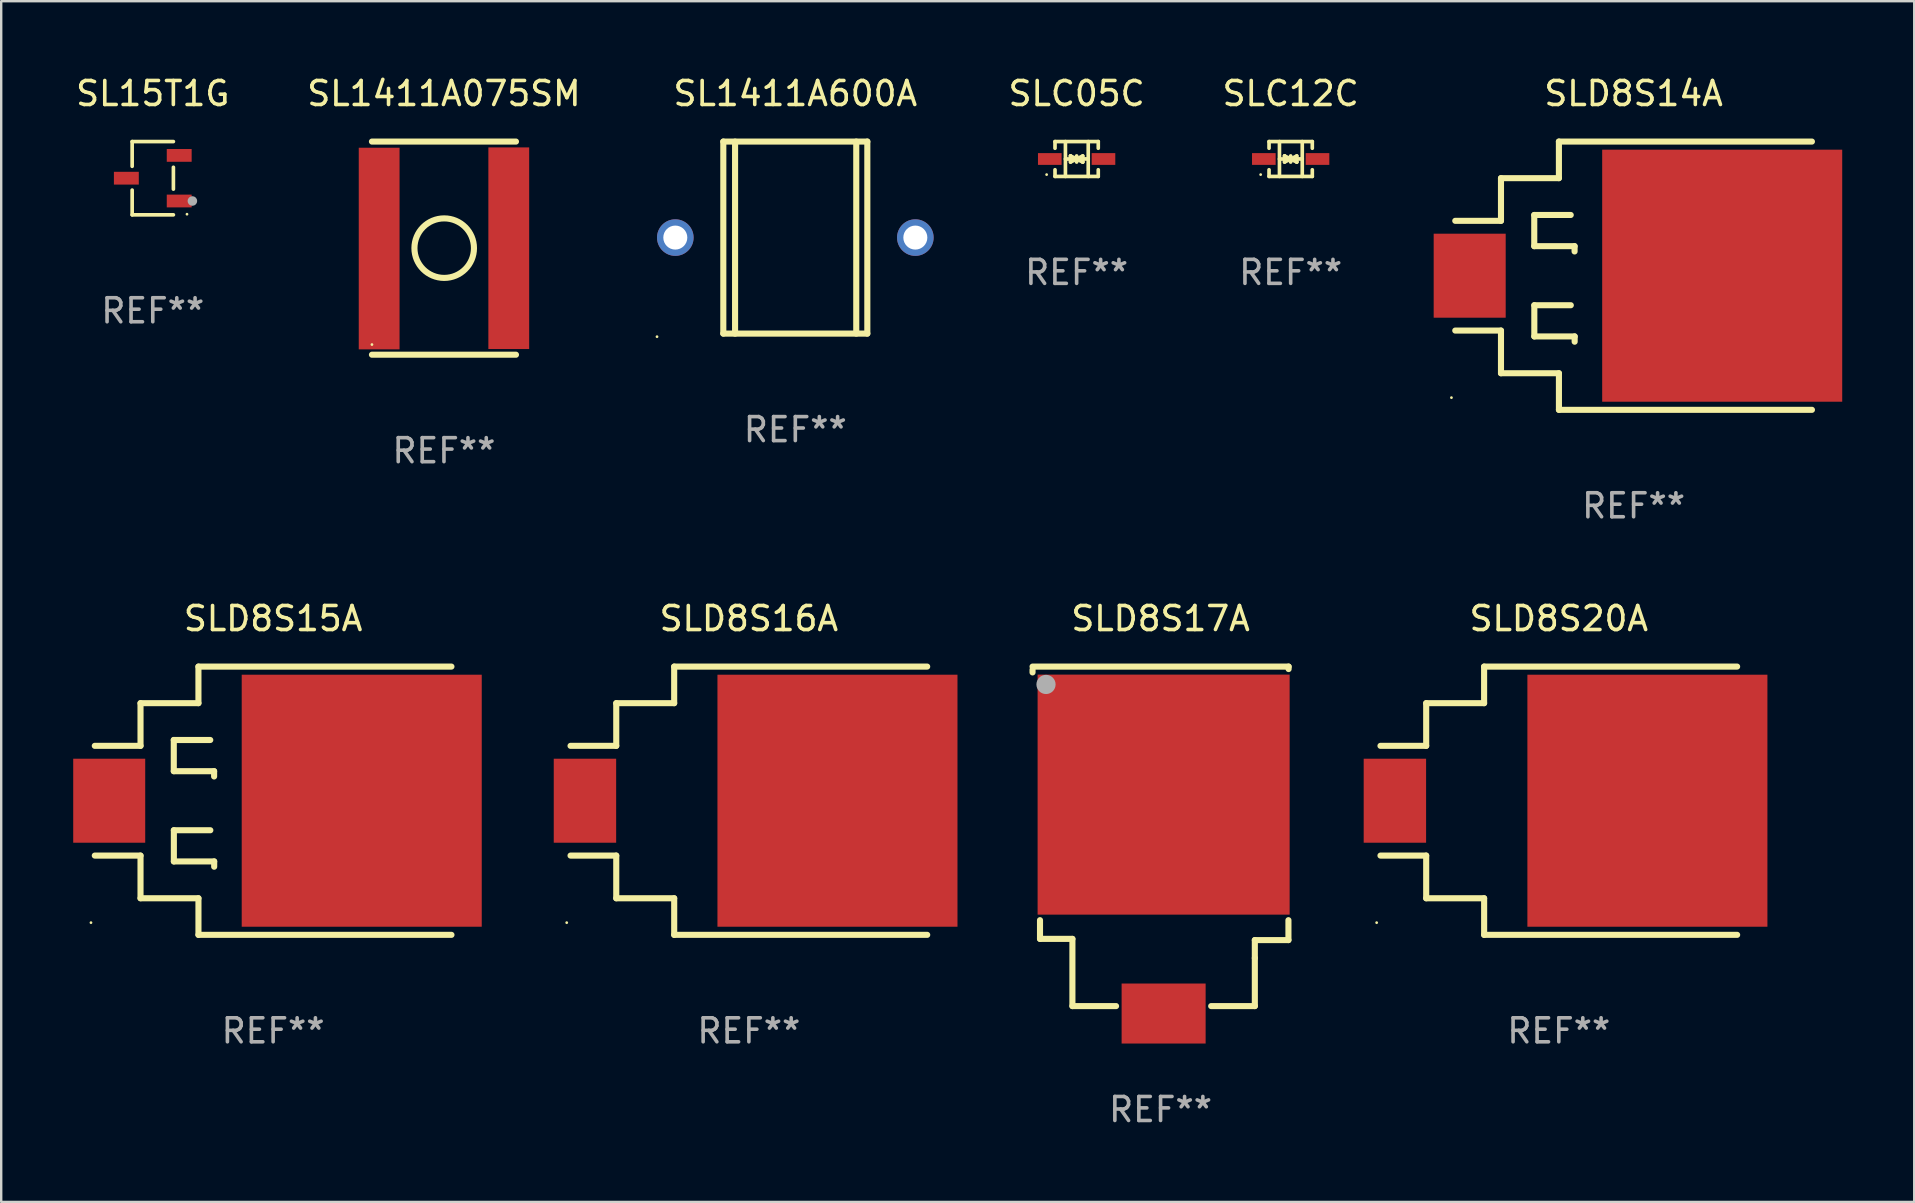
<source format=kicad_pcb>
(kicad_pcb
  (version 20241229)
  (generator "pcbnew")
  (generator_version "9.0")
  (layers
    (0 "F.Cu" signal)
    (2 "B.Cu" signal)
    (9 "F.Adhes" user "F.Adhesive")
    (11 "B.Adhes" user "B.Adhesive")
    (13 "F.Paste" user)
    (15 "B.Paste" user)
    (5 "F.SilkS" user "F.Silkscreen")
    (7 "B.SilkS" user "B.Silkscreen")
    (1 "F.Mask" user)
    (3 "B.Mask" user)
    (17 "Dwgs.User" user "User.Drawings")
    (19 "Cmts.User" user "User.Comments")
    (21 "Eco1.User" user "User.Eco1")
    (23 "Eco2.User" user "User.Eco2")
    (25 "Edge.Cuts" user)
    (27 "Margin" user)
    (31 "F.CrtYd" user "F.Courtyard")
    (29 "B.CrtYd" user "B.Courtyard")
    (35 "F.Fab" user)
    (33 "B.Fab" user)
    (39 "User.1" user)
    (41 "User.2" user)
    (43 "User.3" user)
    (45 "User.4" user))
  (footprint "SLD8S14A"
    (layer "F.Cu")
    (at 65.008 8.436)
    (property "Reference" "SLD8S14A" (at 0 -7.588 0) (layer "F.SilkS") (effects (font (size 1 1) (thickness 0.15))))
    (attr through_hole)
    (fp_line (start -5.525 -4.064) (end -5.525 -2.286) (stroke (width 0.254) (type solid)) (layer "F.SilkS"))
    (fp_line (start -5.525 -2.286) (end -7.43 -2.286) (stroke (width 0.254) (type solid)) (layer "F.SilkS"))
    (fp_line (start -5.525 2.286) (end -7.43 2.286) (stroke (width 0.254) (type solid)) (layer "F.SilkS"))
    (fp_line (start -5.525 4.064) (end -5.525 2.286) (stroke (width 0.254) (type solid)) (layer "F.SilkS"))
    (fp_line (start -4.139 -2.53) (end -4.139 -1.23) (stroke (width 0.254) (type solid)) (layer "F.SilkS"))
    (fp_line (start -4.139 -1.23) (end -2.459 -1.23) (stroke (width 0.254) (type solid)) (layer "F.SilkS"))
    (fp_line (start -4.136 1.23) (end -4.136 2.53) (stroke (width 0.254) (type solid)) (layer "F.SilkS"))
    (fp_line (start -4.136 2.53) (end -2.456 2.53) (stroke (width 0.254) (type solid)) (layer "F.SilkS"))
    (fp_line (start -3.112 -5.588) (end -3.112 -4.064) (stroke (width 0.254) (type solid)) (layer "F.SilkS"))
    (fp_line (start -3.112 -4.064) (end -5.525 -4.064) (stroke (width 0.254) (type solid)) (layer "F.SilkS"))
    (fp_line (start -3.112 4.064) (end -5.525 4.064) (stroke (width 0.254) (type solid)) (layer "F.SilkS"))
    (fp_line (start -3.111 5.588) (end -3.111 4.064) (stroke (width 0.254) (type solid)) (layer "F.SilkS"))
    (fp_line (start -2.619 -2.53) (end -4.139 -2.53) (stroke (width 0.254) (type solid)) (layer "F.SilkS"))
    (fp_line (start -2.616 1.23) (end -4.136 1.23) (stroke (width 0.254) (type solid)) (layer "F.SilkS"))
    (fp_line (start -2.459 -1.23) (end -2.459 -1.01) (stroke (width 0.254) (type solid)) (layer "F.SilkS"))
    (fp_line (start -2.456 2.53) (end -2.456 2.75) (stroke (width 0.254) (type solid)) (layer "F.SilkS"))
    (fp_line (start 7.429 -5.588) (end -3.112 -5.588) (stroke (width 0.254) (type solid)) (layer "F.SilkS"))
    (fp_line (start 7.43 5.588) (end -3.111 5.588) (stroke (width 0.254) (type solid)) (layer "F.SilkS"))
    (fp_circle (center -7.589 5.08) (end -7.559 5.08) (stroke (width 0.06) (type solid)) (fill no) (layer "F.SilkS"))
    (fp_text user "REF**" (at 0 9.588 0) (layer "F.Fab") (effects (font (size 1 1) (thickness 0.15))))
    (pad "1" smd rect (at -6.829 -0.000025) (size 3 3.5) (layers "F.Cu" "F.Mask" "F.Paste"))
    (pad "2" smd rect (at 3.691 -0.000025) (size 10 10.5) (layers "F.Cu" "F.Mask" "F.Paste")))
  (footprint "SLD8S16A"
    (layer "F.Cu")
    (at 28.149 30.309)
    (property "Reference" "SLD8S16A" (at 0 -7.588 0) (layer "F.SilkS") (effects (font (size 1 1) (thickness 0.15))))
    (attr through_hole)
    (fp_line (start -5.525 -4.064) (end -5.525 -2.286) (stroke (width 0.254) (type solid)) (layer "F.SilkS"))
    (fp_line (start -5.525 -2.286) (end -7.43 -2.286) (stroke (width 0.254) (type solid)) (layer "F.SilkS"))
    (fp_line (start -5.525 2.286) (end -7.43 2.286) (stroke (width 0.254) (type solid)) (layer "F.SilkS"))
    (fp_line (start -5.525 4.064) (end -5.525 2.286) (stroke (width 0.254) (type solid)) (layer "F.SilkS"))
    (fp_line (start -3.112 -5.588) (end -3.112 -4.064) (stroke (width 0.254) (type solid)) (layer "F.SilkS"))
    (fp_line (start -3.112 -4.064) (end -5.525 -4.064) (stroke (width 0.254) (type solid)) (layer "F.SilkS"))
    (fp_line (start -3.112 4.064) (end -5.525 4.064) (stroke (width 0.254) (type solid)) (layer "F.SilkS"))
    (fp_line (start -3.111 5.588) (end -3.111 4.064) (stroke (width 0.254) (type solid)) (layer "F.SilkS"))
    (fp_line (start 7.429 -5.588) (end -3.112 -5.588) (stroke (width 0.254) (type solid)) (layer "F.SilkS"))
    (fp_line (start 7.43 5.588) (end -3.111 5.588) (stroke (width 0.254) (type solid)) (layer "F.SilkS"))
    (fp_circle (center -7.589 5.08) (end -7.559 5.08) (stroke (width 0.06) (type solid)) (fill no) (layer "F.SilkS"))
    (fp_text user "REF**" (at 0 9.588 0) (layer "F.Fab") (effects (font (size 1 1) (thickness 0.15))))
    (pad "1" smd rect (at -6.829 -0.000025) (size 2.6 3.5) (layers "F.Cu" "F.Mask" "F.Paste"))
    (pad "2" smd rect (at 3.691 -0.000025) (size 10 10.5) (layers "F.Cu" "F.Mask" "F.Paste")))
  (footprint "SLC05C"
    (layer "F.Cu")
    (at 41.804 3.574)
    (property "Reference" "SLC05C" (at 0 -2.726 0) (layer "F.SilkS") (effects (font (size 1 1) (thickness 0.15))))
    (attr through_hole)
    (fp_line (start -0.901 -0.726) (end -0.901 -0.448) (stroke (width 0.152) (type solid)) (layer "F.SilkS"))
    (fp_line (start -0.901 0.726) (end -0.901 0.448) (stroke (width 0.152) (type solid)) (layer "F.SilkS"))
    (fp_line (start -0.467 0) (end 0.483 -0.003) (stroke (width 0.154) (type solid)) (layer "F.SilkS"))
    (fp_line (start -0.467 0.726) (end -0.467 -0.726) (stroke (width 0.152) (type solid)) (layer "F.SilkS"))
    (fp_line (start -0.254 -0.127) (end -0.254 -0.127) (stroke (width 0.154) (type solid)) (layer "F.SilkS"))
    (fp_line (start -0.254 -0.127) (end -0.002 -0.003) (stroke (width 0.154) (type solid)) (layer "F.SilkS"))
    (fp_line (start -0.254 0.127) (end -0.254 -0.127) (stroke (width 0.154) (type solid)) (layer "F.SilkS"))
    (fp_line (start -0.127 0) (end 0.003 0) (stroke (width 0.154) (type solid)) (layer "F.SilkS"))
    (fp_line (start -0.003 0) (end -0.254 0.127) (stroke (width 0.154) (type solid)) (layer "F.SilkS"))
    (fp_line (start 0 -0.127) (end 0 0.127) (stroke (width 0.154) (type solid)) (layer "F.SilkS"))
    (fp_line (start 0.003 0) (end 0.254 -0.127) (stroke (width 0.154) (type solid)) (layer "F.SilkS"))
    (fp_line (start 0.127 0) (end -0.003 0) (stroke (width 0.154) (type solid)) (layer "F.SilkS"))
    (fp_line (start 0.254 -0.127) (end 0.254 0.127) (stroke (width 0.154) (type solid)) (layer "F.SilkS"))
    (fp_line (start 0.254 0.127) (end 0.002 0.003) (stroke (width 0.154) (type solid)) (layer "F.SilkS"))
    (fp_line (start 0.254 0.127) (end 0.254 0.127) (stroke (width 0.154) (type solid)) (layer "F.SilkS"))
    (fp_line (start 0.483 0.726) (end 0.483 -0.726) (stroke (width 0.152) (type solid)) (layer "F.SilkS"))
    (fp_line (start 0.901 -0.726) (end -0.901 -0.726) (stroke (width 0.152) (type solid)) (layer "F.SilkS"))
    (fp_line (start 0.901 -0.726) (end 0.901 -0.448) (stroke (width 0.152) (type solid)) (layer "F.SilkS"))
    (fp_line (start 0.901 0.726) (end -0.901 0.726) (stroke (width 0.152) (type solid)) (layer "F.SilkS"))
    (fp_line (start 0.901 0.726) (end 0.901 0.448) (stroke (width 0.152) (type solid)) (layer "F.SilkS"))
    (fp_circle (center -1.25 0.65) (end -1.22 0.65) (stroke (width 0.06) (type solid)) (fill no) (layer "F.SilkS"))
    (fp_text user "REF**" (at 0 4.726 0) (layer "F.Fab") (effects (font (size 1 1) (thickness 0.15))))
    (pad "1" smd rect (at -1.118 0) (size 0.985 0.49) (layers "F.Cu" "F.Mask" "F.Paste"))
    (pad "2" smd rect (at 1.118 0) (size 0.985 0.49) (layers "F.Cu" "F.Mask" "F.Paste")))
  (footprint "SLC12C"
    (layer "F.Cu")
    (at 50.721 3.574)
    (property "Reference" "SLC12C" (at 0 -2.726 0) (layer "F.SilkS") (effects (font (size 1 1) (thickness 0.15))))
    (attr through_hole)
    (fp_line (start -0.901 -0.726) (end -0.901 -0.448) (stroke (width 0.152) (type solid)) (layer "F.SilkS"))
    (fp_line (start -0.901 0.726) (end -0.901 0.448) (stroke (width 0.152) (type solid)) (layer "F.SilkS"))
    (fp_line (start -0.467 0) (end 0.483 -0.003) (stroke (width 0.154) (type solid)) (layer "F.SilkS"))
    (fp_line (start -0.467 0.726) (end -0.467 -0.726) (stroke (width 0.152) (type solid)) (layer "F.SilkS"))
    (fp_line (start -0.254 -0.127) (end -0.254 -0.127) (stroke (width 0.154) (type solid)) (layer "F.SilkS"))
    (fp_line (start -0.254 -0.127) (end -0.002 -0.003) (stroke (width 0.154) (type solid)) (layer "F.SilkS"))
    (fp_line (start -0.254 0.127) (end -0.254 -0.127) (stroke (width 0.154) (type solid)) (layer "F.SilkS"))
    (fp_line (start -0.127 0) (end 0.003 0) (stroke (width 0.154) (type solid)) (layer "F.SilkS"))
    (fp_line (start -0.003 0) (end -0.254 0.127) (stroke (width 0.154) (type solid)) (layer "F.SilkS"))
    (fp_line (start 0 -0.127) (end 0 0.127) (stroke (width 0.154) (type solid)) (layer "F.SilkS"))
    (fp_line (start 0.003 0) (end 0.254 -0.127) (stroke (width 0.154) (type solid)) (layer "F.SilkS"))
    (fp_line (start 0.127 0) (end -0.003 0) (stroke (width 0.154) (type solid)) (layer "F.SilkS"))
    (fp_line (start 0.254 -0.127) (end 0.254 0.127) (stroke (width 0.154) (type solid)) (layer "F.SilkS"))
    (fp_line (start 0.254 0.127) (end 0.002 0.003) (stroke (width 0.154) (type solid)) (layer "F.SilkS"))
    (fp_line (start 0.254 0.127) (end 0.254 0.127) (stroke (width 0.154) (type solid)) (layer "F.SilkS"))
    (fp_line (start 0.483 0.726) (end 0.483 -0.726) (stroke (width 0.152) (type solid)) (layer "F.SilkS"))
    (fp_line (start 0.901 -0.726) (end -0.901 -0.726) (stroke (width 0.152) (type solid)) (layer "F.SilkS"))
    (fp_line (start 0.901 -0.726) (end 0.901 -0.448) (stroke (width 0.152) (type solid)) (layer "F.SilkS"))
    (fp_line (start 0.901 0.726) (end -0.901 0.726) (stroke (width 0.152) (type solid)) (layer "F.SilkS"))
    (fp_line (start 0.901 0.726) (end 0.901 0.448) (stroke (width 0.152) (type solid)) (layer "F.SilkS"))
    (fp_circle (center -1.25 0.65) (end -1.22 0.65) (stroke (width 0.06) (type solid)) (fill no) (layer "F.SilkS"))
    (fp_text user "REF**" (at 0 4.726 0) (layer "F.Fab") (effects (font (size 1 1) (thickness 0.15))))
    (pad "1" smd rect (at -1.118 0) (size 0.985 0.49) (layers "F.Cu" "F.Mask" "F.Paste"))
    (pad "2" smd rect (at 1.118 0) (size 0.985 0.49) (layers "F.Cu" "F.Mask" "F.Paste")))
  (footprint "SL1411A075SM"
    (layer "F.Cu")
    (at 15.446 7.288)
    (property "Reference" "SL1411A075SM" (at 0 -6.44 0) (layer "F.SilkS") (effects (font (size 1 1) (thickness 0.15))))
    (attr through_hole)
    (fp_line (start -3 -4.44) (end 3 -4.44) (stroke (width 0.254) (type solid)) (layer "F.SilkS"))
    (fp_line (start 3 4.44) (end -3 4.44) (stroke (width 0.254) (type solid)) (layer "F.SilkS"))
    (fp_circle (center -3 4.017) (end -2.97 4.017) (stroke (width 0.06) (type solid)) (fill no) (layer "F.SilkS"))
    (fp_circle (center 0.01 0.000102) (end 1.25 0.000102) (stroke (width 0.254) (type solid)) (fill no) (layer "F.SilkS"))
    (fp_text user "REF**" (at 0 8.44 0) (layer "F.Fab") (effects (font (size 1 1) (thickness 0.15))))
    (pad "1" smd rect (at -2.7 0.017) (size 1.7 8.4) (layers "F.Cu" "F.Mask" "F.Paste"))
    (pad "2" smd rect (at 2.7 0.003) (size 1.7 8.4) (layers "F.Cu" "F.Mask" "F.Paste")))
  (footprint "SL1411A600A"
    (layer "F.Cu")
    (at 30.084 6.849)
    (property "Reference" "SL1411A600A" (at 0 -6.001 0) (layer "F.SilkS") (effects (font (size 1 1) (thickness 0.15))))
    (attr through_hole)
    (fp_line (start -3 -4.001) (end -3 3.999) (stroke (width 0.254) (type solid)) (layer "F.SilkS"))
    (fp_line (start -3 -4.001) (end 3 -4.001) (stroke (width 0.254) (type solid)) (layer "F.SilkS"))
    (fp_line (start -2.51 4.001) (end -2.51 -3.999) (stroke (width 0.254) (type solid)) (layer "F.SilkS"))
    (fp_line (start 2.539 3.999) (end 2.539 -4.001) (stroke (width 0.254) (type solid)) (layer "F.SilkS"))
    (fp_line (start 3 3.999) (end -3 3.999) (stroke (width 0.254) (type solid)) (layer "F.SilkS"))
    (fp_line (start 3 3.999) (end 3 -4.001) (stroke (width 0.254) (type solid)) (layer "F.SilkS"))
    (fp_circle (center -5.762 4.128) (end -5.732 4.128) (stroke (width 0.06) (type solid)) (fill no) (layer "F.SilkS"))
    (fp_text user "REF**" (at 0 8.001 0) (layer "F.Fab") (effects (font (size 1 1) (thickness 0.15))))
    (pad "1" thru_hole circle (at -5 -0.001) (size 1.524 1.524) (drill 1) (layers "*.Cu" "*.Mask"))
    (pad "2" thru_hole circle (at 5 -0.001) (size 1.524 1.524) (drill 1) (layers "*.Cu" "*.Mask")))
  (footprint "SLD8S15A"
    (layer "F.Cu")
    (at 8.329 30.309)
    (property "Reference" "SLD8S15A" (at 0 -7.588 0) (layer "F.SilkS") (effects (font (size 1 1) (thickness 0.15))))
    (attr through_hole)
    (fp_line (start -5.525 -4.064) (end -5.525 -2.286) (stroke (width 0.254) (type solid)) (layer "F.SilkS"))
    (fp_line (start -5.525 -2.286) (end -7.43 -2.286) (stroke (width 0.254) (type solid)) (layer "F.SilkS"))
    (fp_line (start -5.525 2.286) (end -7.43 2.286) (stroke (width 0.254) (type solid)) (layer "F.SilkS"))
    (fp_line (start -5.525 4.064) (end -5.525 2.286) (stroke (width 0.254) (type solid)) (layer "F.SilkS"))
    (fp_line (start -4.139 -2.53) (end -4.139 -1.23) (stroke (width 0.254) (type solid)) (layer "F.SilkS"))
    (fp_line (start -4.139 -1.23) (end -2.459 -1.23) (stroke (width 0.254) (type solid)) (layer "F.SilkS"))
    (fp_line (start -4.136 1.23) (end -4.136 2.53) (stroke (width 0.254) (type solid)) (layer "F.SilkS"))
    (fp_line (start -4.136 2.53) (end -2.456 2.53) (stroke (width 0.254) (type solid)) (layer "F.SilkS"))
    (fp_line (start -3.112 -5.588) (end -3.112 -4.064) (stroke (width 0.254) (type solid)) (layer "F.SilkS"))
    (fp_line (start -3.112 -4.064) (end -5.525 -4.064) (stroke (width 0.254) (type solid)) (layer "F.SilkS"))
    (fp_line (start -3.112 4.064) (end -5.525 4.064) (stroke (width 0.254) (type solid)) (layer "F.SilkS"))
    (fp_line (start -3.111 5.588) (end -3.111 4.064) (stroke (width 0.254) (type solid)) (layer "F.SilkS"))
    (fp_line (start -2.619 -2.53) (end -4.139 -2.53) (stroke (width 0.254) (type solid)) (layer "F.SilkS"))
    (fp_line (start -2.616 1.23) (end -4.136 1.23) (stroke (width 0.254) (type solid)) (layer "F.SilkS"))
    (fp_line (start -2.459 -1.23) (end -2.459 -1.01) (stroke (width 0.254) (type solid)) (layer "F.SilkS"))
    (fp_line (start -2.456 2.53) (end -2.456 2.75) (stroke (width 0.254) (type solid)) (layer "F.SilkS"))
    (fp_line (start 7.429 -5.588) (end -3.112 -5.588) (stroke (width 0.254) (type solid)) (layer "F.SilkS"))
    (fp_line (start 7.43 5.588) (end -3.111 5.588) (stroke (width 0.254) (type solid)) (layer "F.SilkS"))
    (fp_circle (center -7.589 5.08) (end -7.559 5.08) (stroke (width 0.06) (type solid)) (fill no) (layer "F.SilkS"))
    (fp_text user "REF**" (at 0 9.588 0) (layer "F.Fab") (effects (font (size 1 1) (thickness 0.15))))
    (pad "1" smd rect (at -6.829 -0.000025) (size 3 3.5) (layers "F.Cu" "F.Mask" "F.Paste"))
    (pad "2" smd rect (at 3.691 -0.000025) (size 10 10.5) (layers "F.Cu" "F.Mask" "F.Paste")))
  (footprint "SL15T1G"
    (layer "F.Cu")
    (at 3.315 4.374)
    (property "Reference" "SL15T1G" (at 0 -3.526 0) (layer "F.SilkS") (effects (font (size 1 1) (thickness 0.15))))
    (attr through_hole)
    (fp_line (start -0.859 -1.526) (end -0.859 -0.495) (stroke (width 0.152) (type solid)) (layer "F.SilkS"))
    (fp_line (start -0.859 1.526) (end -0.859 0.495) (stroke (width 0.152) (type solid)) (layer "F.SilkS"))
    (fp_line (start 0.859 -1.526) (end -0.859 -1.526) (stroke (width 0.152) (type solid)) (layer "F.SilkS"))
    (fp_line (start 0.859 -0.455) (end 0.859 0.455) (stroke (width 0.152) (type solid)) (layer "F.SilkS"))
    (fp_line (start 0.859 1.526) (end -0.859 1.526) (stroke (width 0.152) (type solid)) (layer "F.SilkS"))
    (fp_circle (center 1.425 1.5) (end 1.455 1.5) (stroke (width 0.06) (type solid)) (fill no) (layer "F.SilkS"))
    (fp_circle (center 1.65 0.95) (end 1.75 0.95) (stroke (width 0.2) (type solid)) (fill no) (layer "F.Fab"))
    (fp_text user "REF**" (at 0 5.526 0) (layer "F.Fab") (effects (font (size 1 1) (thickness 0.15))))
    (pad "1" smd rect (at 1.101 0.95) (size 1.037 0.532) (layers "F.Cu" "F.Mask" "F.Paste"))
    (pad "2" smd rect (at 1.101 -0.95) (size 1.037 0.532) (layers "F.Cu" "F.Mask" "F.Paste"))
    (pad "3" smd rect (at -1.101 0) (size 1.037 0.532) (layers "F.Cu" "F.Mask" "F.Paste")))
  (footprint "SLD8S17A"
    (layer "F.Cu")
    (at 45.301 31.948)
    (property "Reference" "SLD8S17A" (at 0 -9.227 0) (layer "F.SilkS") (effects (font (size 1 1) (thickness 0.15))))
    (attr through_hole)
    (fp_line (start -5.334 -7.1) (end -5.334 -6.984) (stroke (width 0.254) (type solid)) (layer "F.SilkS"))
    (fp_line (start -5.023 4.117) (end -5.023 3.338) (stroke (width 0.254) (type solid)) (layer "F.SilkS"))
    (fp_line (start -3.673 4.117) (end -5.023 4.117) (stroke (width 0.254) (type solid)) (layer "F.SilkS"))
    (fp_line (start -3.673 6.917) (end -3.673 4.117) (stroke (width 0.254) (type solid)) (layer "F.SilkS"))
    (fp_line (start -1.854 6.917) (end -3.673 6.917) (stroke (width 0.254) (type solid)) (layer "F.SilkS"))
    (fp_line (start 3.927 4.167) (end 5.327 4.167) (stroke (width 0.254) (type solid)) (layer "F.SilkS"))
    (fp_line (start 3.927 4.917) (end 3.927 4.167) (stroke (width 0.254) (type solid)) (layer "F.SilkS"))
    (fp_line (start 3.927 4.917) (end 3.927 6.917) (stroke (width 0.254) (type solid)) (layer "F.SilkS"))
    (fp_line (start 3.927 6.917) (end 2.108 6.917) (stroke (width 0.254) (type solid)) (layer "F.SilkS"))
    (fp_line (start 5.327 4.167) (end 5.327 3.338) (stroke (width 0.254) (type solid)) (layer "F.SilkS"))
    (fp_line (start 5.334 -7.227) (end -5.334 -7.227) (stroke (width 0.254) (type solid)) (layer "F.SilkS"))
    (fp_line (start 5.334 -7.124) (end 5.334 -7.227) (stroke (width 0.254) (type solid)) (layer "F.SilkS"))
    (fp_circle (center -4.953 -6.502) (end -4.923 -6.502) (stroke (width 0.06) (type solid)) (fill no) (layer "F.SilkS"))
    (fp_circle (center -4.773 -6.483) (end -4.573 -6.483) (stroke (width 0.4) (type solid)) (fill no) (layer "F.Fab"))
    (fp_text user "REF**" (at 0 11.227 0) (layer "F.Fab") (effects (font (size 1 1) (thickness 0.15))))
    (pad "1" smd rect (at 0.127 -1.893) (size 10.5 10) (layers "F.Cu" "F.Mask" "F.Paste"))
    (pad "2" smd rect (at 0.127 7.227) (size 3.5 2.5) (layers "F.Cu" "F.Mask" "F.Paste")))
  (footprint "SLD8S20A"
    (layer "F.Cu")
    (at 61.892 30.309)
    (property "Reference" "SLD8S20A" (at 0 -7.588 0) (layer "F.SilkS") (effects (font (size 1 1) (thickness 0.15))))
    (attr through_hole)
    (fp_line (start -5.525 -4.064) (end -5.525 -2.286) (stroke (width 0.254) (type solid)) (layer "F.SilkS"))
    (fp_line (start -5.525 -2.286) (end -7.43 -2.286) (stroke (width 0.254) (type solid)) (layer "F.SilkS"))
    (fp_line (start -5.525 2.286) (end -7.43 2.286) (stroke (width 0.254) (type solid)) (layer "F.SilkS"))
    (fp_line (start -5.525 4.064) (end -5.525 2.286) (stroke (width 0.254) (type solid)) (layer "F.SilkS"))
    (fp_line (start -3.112 -5.588) (end -3.112 -4.064) (stroke (width 0.254) (type solid)) (layer "F.SilkS"))
    (fp_line (start -3.112 -4.064) (end -5.525 -4.064) (stroke (width 0.254) (type solid)) (layer "F.SilkS"))
    (fp_line (start -3.112 4.064) (end -5.525 4.064) (stroke (width 0.254) (type solid)) (layer "F.SilkS"))
    (fp_line (start -3.111 5.588) (end -3.111 4.064) (stroke (width 0.254) (type solid)) (layer "F.SilkS"))
    (fp_line (start 7.429 -5.588) (end -3.112 -5.588) (stroke (width 0.254) (type solid)) (layer "F.SilkS"))
    (fp_line (start 7.43 5.588) (end -3.111 5.588) (stroke (width 0.254) (type solid)) (layer "F.SilkS"))
    (fp_circle (center -7.589 5.08) (end -7.559 5.08) (stroke (width 0.06) (type solid)) (fill no) (layer "F.SilkS"))
    (fp_text user "REF**" (at 0 9.588 0) (layer "F.Fab") (effects (font (size 1 1) (thickness 0.15))))
    (pad "1" smd rect (at -6.829 -0.000025) (size 2.6 3.5) (layers "F.Cu" "F.Mask" "F.Paste"))
    (pad "2" smd rect (at 3.691 -0.000025) (size 10 10.5) (layers "F.Cu" "F.Mask" "F.Paste")))
  (gr_rect
    (start -3 -3)
    (end 76.699 47.023)
    (stroke (width 0.1) (type default))
    (fill no)
    (layer "Edge.Cuts")))
</source>
